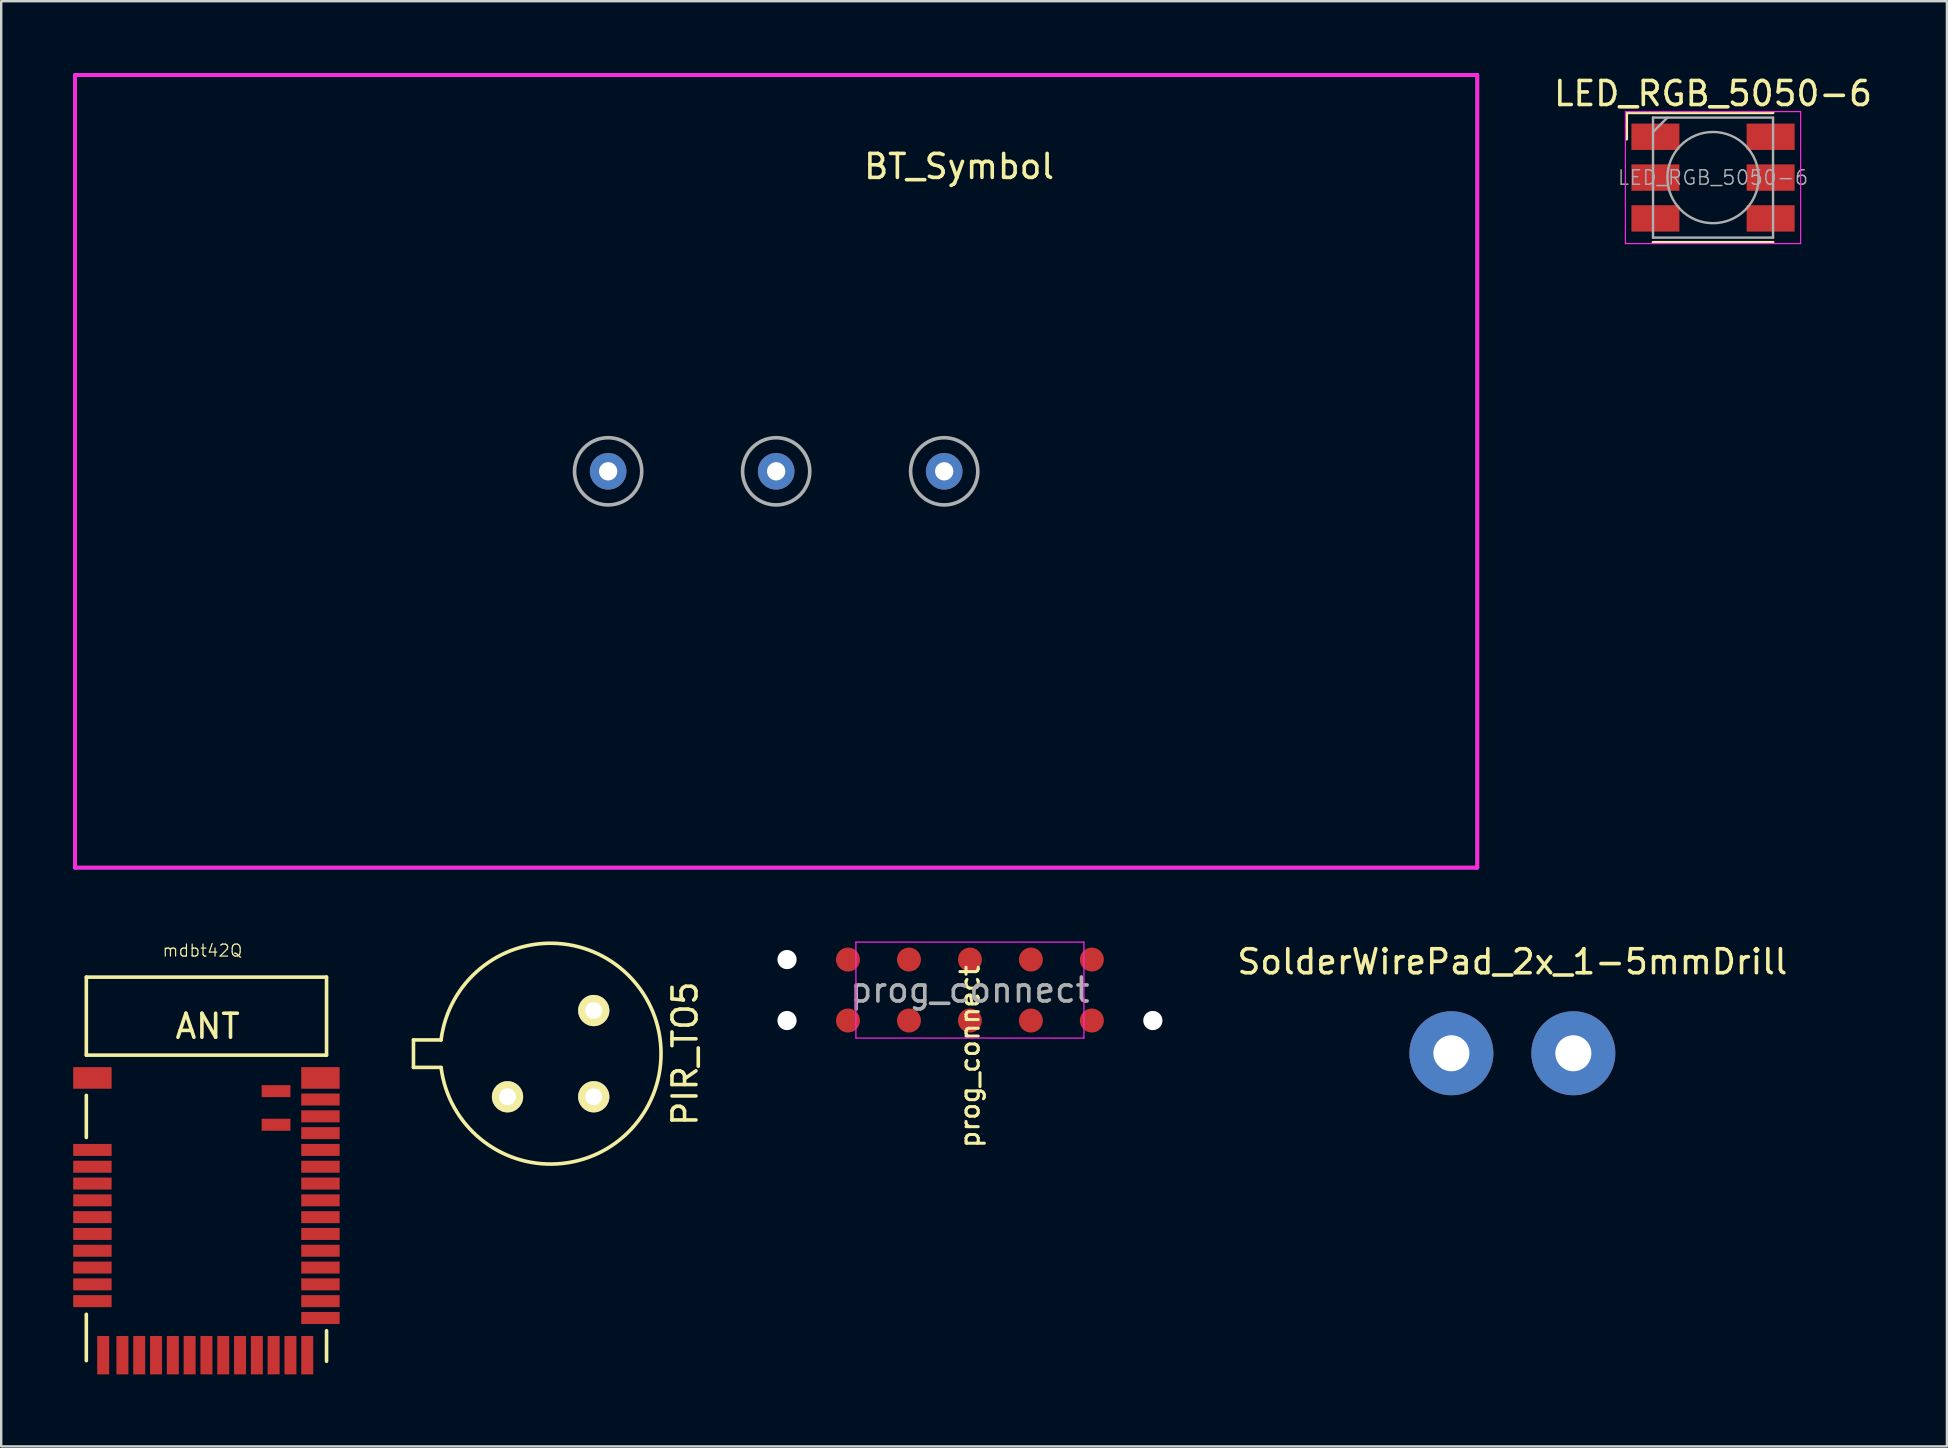
<source format=kicad_pcb>
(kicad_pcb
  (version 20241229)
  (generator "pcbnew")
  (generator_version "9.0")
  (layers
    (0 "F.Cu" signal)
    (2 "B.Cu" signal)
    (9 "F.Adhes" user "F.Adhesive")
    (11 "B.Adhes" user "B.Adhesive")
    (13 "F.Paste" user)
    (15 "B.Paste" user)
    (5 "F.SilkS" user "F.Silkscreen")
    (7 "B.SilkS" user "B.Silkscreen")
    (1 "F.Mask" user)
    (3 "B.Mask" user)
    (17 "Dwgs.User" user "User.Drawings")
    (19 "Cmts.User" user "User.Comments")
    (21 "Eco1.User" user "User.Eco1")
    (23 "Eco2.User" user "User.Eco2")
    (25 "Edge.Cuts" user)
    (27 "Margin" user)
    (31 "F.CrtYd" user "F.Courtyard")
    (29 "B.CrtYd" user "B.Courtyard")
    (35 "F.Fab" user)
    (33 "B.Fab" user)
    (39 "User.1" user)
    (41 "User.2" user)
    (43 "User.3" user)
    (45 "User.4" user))
  (footprint "prog_connect"
    (layer "F.Cu")
    (at 37.357 38.195)
    (property "Reference" "prog_connect" (at 0 2.77 90) (layer "F.SilkS") (effects (font (size 0.762 0.762) (thickness 0.127))))
    (attr exclude_from_pos_files exclude_from_bom)
    (fp_line (start -4.75 -2) (end 4.75 -2) (stroke (width 0.05) (type solid)) (layer "F.CrtYd"))
    (fp_line (start -4.75 2) (end -4.75 -2) (stroke (width 0.05) (type solid)) (layer "F.CrtYd"))
    (fp_line (start 4.75 -2) (end 4.75 2) (stroke (width 0.05) (type solid)) (layer "F.CrtYd"))
    (fp_line (start 4.75 2) (end -4.75 2) (stroke (width 0.05) (type solid)) (layer "F.CrtYd"))
    (fp_text user "${REFERENCE}" (at 0 0 0) (layer "F.Fab") (effects (font (size 1 1) (thickness 0.15))))
    (pad "" np_thru_hole circle (at -7.62 -1.27) (size 0.8 0.8) (drill 0.8) (layers "*.Cu" "*.Mask"))
    (pad "" np_thru_hole circle (at -7.62 1.27) (size 0.8 0.8) (drill 0.8) (layers "*.Cu" "*.Mask"))
    (pad "" np_thru_hole circle (at 7.62 1.27) (size 0.8 0.8) (drill 0.8) (layers "*.Cu" "*.Mask"))
    (pad "1" connect circle (at -5.08 1.27) (size 1 1) (layers "F.Cu" "F.Mask"))
    (pad "2" connect circle (at -5.08 -1.27) (size 1 1) (layers "F.Cu" "F.Mask"))
    (pad "3" connect circle (at -2.54 1.27) (size 1 1) (layers "F.Cu" "F.Mask"))
    (pad "4" connect circle (at -2.54 -1.27) (size 1 1) (layers "F.Cu" "F.Mask"))
    (pad "5" connect circle (at 0 1.27) (size 1 1) (layers "F.Cu" "F.Mask"))
    (pad "6" connect circle (at 0 -1.27) (size 1 1) (layers "F.Cu" "F.Mask"))
    (pad "7" connect circle (at 2.54 1.27) (size 1 1) (layers "F.Cu" "F.Mask"))
    (pad "8" connect circle (at 2.54 -1.27) (size 1 1) (layers "F.Cu" "F.Mask"))
    (pad "9" connect circle (at 5.08 1.27) (size 1 1) (layers "F.Cu" "F.Mask"))
    (pad "10" connect circle (at 5.08 -1.27) (size 1 1) (layers "F.Cu" "F.Mask")))
  (footprint "BT_Symbol"
    (layer "F.Cu")
    (at 29.285 16.585)
    (property "Reference" "BT_Symbol" (at 7.62 -12.7 0) (layer "F.SilkS") (effects (font (size 1 1) (thickness 0.15))))
    (attr through_hole)
    (fp_line (start -29.21 -16.51) (end -29.21 16.51) (stroke (width 0.15) (type solid)) (layer "F.CrtYd"))
    (fp_line (start -29.21 16.51) (end 29.21 16.51) (stroke (width 0.15) (type solid)) (layer "F.CrtYd"))
    (fp_line (start 29.21 -16.51) (end -29.21 -16.51) (stroke (width 0.15) (type solid)) (layer "F.CrtYd"))
    (fp_line (start 29.21 16.51) (end 29.21 -16.51) (stroke (width 0.15) (type solid)) (layer "F.CrtYd"))
    (fp_line (start -29.21 -16.51) (end -29.21 16.51) (stroke (width 0.15) (type solid)) (layer "F.Fab"))
    (fp_line (start -29.21 16.51) (end 29.21 16.51) (stroke (width 0.15) (type solid)) (layer "F.Fab"))
    (fp_line (start 29.21 -16.51) (end -29.21 -16.51) (stroke (width 0.15) (type solid)) (layer "F.Fab"))
    (fp_line (start 29.21 16.51) (end 29.21 -16.51) (stroke (width 0.15) (type solid)) (layer "F.Fab"))
    (fp_circle (center -7 0) (end -7 1.4) (stroke (width 0.15) (type solid)) (fill no) (layer "F.Fab"))
    (fp_circle (center 0 0) (end 1.4 0) (stroke (width 0.15) (type solid)) (fill no) (layer "F.Fab"))
    (fp_circle (center 7 0) (end 7 1.4) (stroke (width 0.15) (type solid)) (fill no) (layer "F.Fab"))
    (pad "1" thru_hole circle (at -7 0) (size 1.524 1.524) (drill 0.762) (layers "*.Cu" "*.Mask"))
    (pad "2" thru_hole circle (at 0 0) (size 1.524 1.524) (drill 0.762) (layers "*.Cu" "*.Mask"))
    (pad "3" thru_hole circle (at 7 0) (size 1.524 1.524) (drill 0.762) (layers "*.Cu" "*.Mask")))
  (footprint "PIR_TO5"
    (layer "F.Cu")
    (at 19.889 40.845)
    (property "Reference" "PIR_TO5" (at 5.6 0 270) (layer "F.SilkS") (effects (font (size 1 1) (thickness 0.15))))
    (attr through_hole)
    (fp_line (start -5.714 -0.573) (end -5.714 0.573) (stroke (width 0.15) (type solid)) (layer "F.SilkS"))
    (fp_line (start -4.564 -0.573) (end -5.714 -0.573) (stroke (width 0.15) (type solid)) (layer "F.SilkS"))
    (fp_line (start -4.564 0.573) (end -5.714 0.573) (stroke (width 0.15) (type solid)) (layer "F.SilkS"))
    (fp_arc (start -4.564 -0.573) (mid 4.599827 -0.003539) (end -4.563113 0.580022) (stroke (width 0.15) (type solid)) (layer "F.SilkS"))
    (pad "1" thru_hole circle (at -1.796 1.796) (size 1.3 1.3) (drill 0.7) (layers "*.Cu" "*.Mask" "F.SilkS"))
    (pad "2" thru_hole circle (at 1.796 1.796) (size 1.3 1.3) (drill 0.7) (layers "*.Cu" "*.Mask" "F.SilkS"))
    (pad "3" thru_hole circle (at 1.796 -1.796) (size 1.3 1.3) (drill 0.7) (layers "*.Cu" "*.Mask" "F.SilkS")))
  (footprint "LED_RGB_5050-6"
    (layer "F.Cu")
    (at 68.314 4.348)
    (property "Reference" "LED_RGB_5050-6" (at 0 -3.5 180) (layer "F.SilkS") (effects (font (size 1 1) (thickness 0.15))))
    (attr smd)
    (fp_line (start -3.6 -2.7) (end 2.5 -2.7) (stroke (width 0.12) (type solid)) (layer "F.SilkS"))
    (fp_line (start -3.6 -1.6) (end -3.6 -2.7) (stroke (width 0.12) (type solid)) (layer "F.SilkS"))
    (fp_line (start 2.5 2.7) (end -2.5 2.7) (stroke (width 0.12) (type solid)) (layer "F.SilkS"))
    (fp_line (start -3.65 -2.75) (end -3.65 2.75) (stroke (width 0.05) (type solid)) (layer "F.CrtYd"))
    (fp_line (start -3.65 2.75) (end 3.65 2.75) (stroke (width 0.05) (type solid)) (layer "F.CrtYd"))
    (fp_line (start 3.65 -2.75) (end -3.65 -2.75) (stroke (width 0.05) (type solid)) (layer "F.CrtYd"))
    (fp_line (start 3.65 2.75) (end 3.65 -2.75) (stroke (width 0.05) (type solid)) (layer "F.CrtYd"))
    (fp_line (start -2.5 -2.5) (end -2.5 2.5) (stroke (width 0.1) (type solid)) (layer "F.Fab"))
    (fp_line (start -2.5 -1.9) (end -1.9 -2.5) (stroke (width 0.1) (type solid)) (layer "F.Fab"))
    (fp_line (start -2.5 2.5) (end 2.5 2.5) (stroke (width 0.1) (type solid)) (layer "F.Fab"))
    (fp_line (start 2.5 -2.5) (end -2.5 -2.5) (stroke (width 0.1) (type solid)) (layer "F.Fab"))
    (fp_line (start 2.5 2.5) (end 2.5 -2.5) (stroke (width 0.1) (type solid)) (layer "F.Fab"))
    (fp_circle (center 0 0) (end 0 -1.9) (stroke (width 0.1) (type solid)) (fill no) (layer "F.Fab"))
    (fp_text user "${REFERENCE}" (at 0 0 0) (layer "F.Fab") (effects (font (size 0.6 0.6) (thickness 0.06))))
    (pad "1" smd rect (at -2.4 -1.7 90) (size 1.1 2) (layers "F.Cu" "F.Mask" "F.Paste"))
    (pad "2" smd rect (at -2.4 0 90) (size 1.1 2) (layers "F.Cu" "F.Mask" "F.Paste"))
    (pad "3" smd rect (at -2.4 1.7 90) (size 1.1 2) (layers "F.Cu" "F.Mask" "F.Paste"))
    (pad "4" smd rect (at 2.4 1.7 90) (size 1.1 2) (layers "F.Cu" "F.Mask" "F.Paste"))
    (pad "5" smd rect (at 2.4 0 90) (size 1.1 2) (layers "F.Cu" "F.Mask" "F.Paste"))
    (pad "6" smd rect (at 2.4 -1.7 90) (size 1.1 2) (layers "F.Cu" "F.Mask" "F.Paste")))
  (footprint "SolderWirePad_2x_1-5mmDrill"
    (layer "F.Cu")
    (at 59.955 40.828)
    (property "Reference" "SolderWirePad_2x_1-5mmDrill" (at 0 -3.81 0) (layer "F.SilkS") (effects (font (size 1 1) (thickness 0.15))))
    (attr through_hole)
    (pad "1" thru_hole circle (at -2.54 0) (size 3.5 3.5) (drill 1.501) (layers "*.Cu" "*.Mask"))
    (pad "1" thru_hole circle (at 2.54 0) (size 3.5 3.5) (drill 1.501) (layers "*.Cu" "*.Mask")))
  (footprint "mdbt42Q"
    (layer "F.Cu")
    (at 5.55 47.156)
    (property "Reference" "mdbt42Q" (at -0.166 -10.606 0) (layer "F.SilkS") (effects (font (size 0.5 0.5) (thickness 0.05))))
    (attr through_hole)
    (fp_line (start -5.004 -9.5) (end -5.004 -6.248) (stroke (width 0.15) (type solid)) (layer "F.SilkS"))
    (fp_line (start -5.004 -2.819) (end -5.004 -4.572) (stroke (width 0.15) (type solid)) (layer "F.SilkS"))
    (fp_line (start -5.004 6.477) (end -5.004 4.547) (stroke (width 0.15) (type solid)) (layer "F.SilkS"))
    (fp_line (start -5 -9.5) (end 5 -9.5) (stroke (width 0.15) (type solid)) (layer "F.SilkS"))
    (fp_line (start 5 -6.25) (end -5 -6.25) (stroke (width 0.15) (type solid)) (layer "F.SilkS"))
    (fp_line (start 5.004 -9.5) (end 5.004 -6.248) (stroke (width 0.15) (type solid)) (layer "F.SilkS"))
    (fp_line (start 5.004 6.502) (end 5.004 5.232) (stroke (width 0.15) (type solid)) (layer "F.SilkS"))
    (fp_text user "ANT" (at 0.05 -7.45 0) (layer "F.SilkS") (effects (font (size 1 1) (thickness 0.15))))
    (pad "1" smd rect (at -4.75 -5.3) (size 1.6 0.9) (layers "F.Cu" "F.Mask" "F.Paste"))
    (pad "2" smd rect (at -4.75 -2.3) (size 1.6 0.5) (layers "F.Cu" "F.Mask" "F.Paste"))
    (pad "3" smd rect (at -4.75 -1.6) (size 1.6 0.5) (layers "F.Cu" "F.Mask" "F.Paste"))
    (pad "4" smd rect (at -4.75 -0.9) (size 1.6 0.5) (layers "F.Cu" "F.Mask" "F.Paste"))
    (pad "5" smd rect (at -4.75 -0.2) (size 1.6 0.5) (layers "F.Cu" "F.Mask" "F.Paste"))
    (pad "6" smd rect (at -4.75 0.5) (size 1.6 0.5) (layers "F.Cu" "F.Mask" "F.Paste"))
    (pad "7" smd rect (at -4.75 1.2) (size 1.6 0.5) (layers "F.Cu" "F.Mask" "F.Paste"))
    (pad "8" smd rect (at -4.75 1.9) (size 1.6 0.5) (layers "F.Cu" "F.Mask" "F.Paste"))
    (pad "9" smd rect (at -4.75 2.6) (size 1.6 0.5) (layers "F.Cu" "F.Mask" "F.Paste"))
    (pad "10" smd rect (at -4.75 3.3) (size 1.6 0.5) (layers "F.Cu" "F.Mask" "F.Paste"))
    (pad "11" smd rect (at -4.75 4) (size 1.6 0.5) (layers "F.Cu" "F.Mask" "F.Paste"))
    (pad "12" smd rect (at -4.3 6.25) (size 0.5 1.6) (layers "F.Cu" "F.Mask" "F.Paste"))
    (pad "13" smd rect (at -3.5 6.25) (size 0.5 1.6) (layers "F.Cu" "F.Mask" "F.Paste"))
    (pad "14" smd rect (at -2.8 6.25) (size 0.5 1.6) (layers "F.Cu" "F.Mask" "F.Paste"))
    (pad "15" smd rect (at -2.1 6.25) (size 0.5 1.6) (layers "F.Cu" "F.Mask" "F.Paste"))
    (pad "16" smd rect (at -1.4 6.25) (size 0.5 1.6) (layers "F.Cu" "F.Mask" "F.Paste"))
    (pad "17" smd rect (at -0.7 6.25) (size 0.5 1.6) (layers "F.Cu" "F.Mask" "F.Paste"))
    (pad "18" smd rect (at 0 6.25) (size 0.5 1.6) (layers "F.Cu" "F.Mask" "F.Paste"))
    (pad "19" smd rect (at 0.7 6.25) (size 0.5 1.6) (layers "F.Cu" "F.Mask" "F.Paste"))
    (pad "20" smd rect (at 1.4 6.25) (size 0.5 1.6) (layers "F.Cu" "F.Mask" "F.Paste"))
    (pad "21" smd rect (at 2.1 6.25) (size 0.5 1.6) (layers "F.Cu" "F.Mask" "F.Paste"))
    (pad "22" smd rect (at 2.8 6.25) (size 0.5 1.6) (layers "F.Cu" "F.Mask" "F.Paste"))
    (pad "23" smd rect (at 3.5 6.25) (size 0.5 1.6) (layers "F.Cu" "F.Mask" "F.Paste"))
    (pad "24" smd rect (at 4.2 6.25) (size 0.5 1.6) (layers "F.Cu" "F.Mask" "F.Paste"))
    (pad "25" smd rect (at 4.75 4.7) (size 1.6 0.5) (layers "F.Cu" "F.Mask" "F.Paste"))
    (pad "26" smd rect (at 4.75 4) (size 1.6 0.5) (layers "F.Cu" "F.Mask" "F.Paste"))
    (pad "27" smd rect (at 4.75 3.3) (size 1.6 0.5) (layers "F.Cu" "F.Mask" "F.Paste"))
    (pad "28" smd rect (at 4.75 2.6) (size 1.6 0.5) (layers "F.Cu" "F.Mask" "F.Paste"))
    (pad "29" smd rect (at 4.75 1.9) (size 1.6 0.5) (layers "F.Cu" "F.Mask" "F.Paste"))
    (pad "30" smd rect (at 4.75 1.2) (size 1.6 0.5) (layers "F.Cu" "F.Mask" "F.Paste"))
    (pad "31" smd rect (at 4.75 0.5) (size 1.6 0.5) (layers "F.Cu" "F.Mask" "F.Paste"))
    (pad "32" smd rect (at 4.75 -0.2) (size 1.6 0.5) (layers "F.Cu" "F.Mask" "F.Paste"))
    (pad "33" smd rect (at 4.75 -0.9) (size 1.6 0.5) (layers "F.Cu" "F.Mask" "F.Paste"))
    (pad "34" smd rect (at 4.75 -1.6) (size 1.6 0.5) (layers "F.Cu" "F.Mask" "F.Paste"))
    (pad "35" smd rect (at 4.75 -2.3) (size 1.6 0.5) (layers "F.Cu" "F.Mask" "F.Paste"))
    (pad "36" smd rect (at 4.75 -3) (size 1.6 0.5) (layers "F.Cu" "F.Mask" "F.Paste"))
    (pad "37" smd rect (at 4.75 -3.7) (size 1.6 0.5) (layers "F.Cu" "F.Mask" "F.Paste"))
    (pad "38" smd rect (at 4.75 -4.4) (size 1.6 0.5) (layers "F.Cu" "F.Mask" "F.Paste"))
    (pad "39" smd rect (at 4.75 -5.3) (size 1.6 0.9) (layers "F.Cu" "F.Mask" "F.Paste"))
    (pad "40" smd rect (at 2.9 -4.75) (size 1.2 0.5) (layers "F.Cu" "F.Mask" "F.Paste"))
    (pad "41" smd rect (at 2.9 -3.35) (size 1.2 0.5) (layers "F.Cu" "F.Mask" "F.Paste")))
  (gr_rect
    (start -3 -3)
    (end 78.058 57.206)
    (stroke (width 0.1) (type default))
    (fill no)
    (layer "Edge.Cuts")))
</source>
